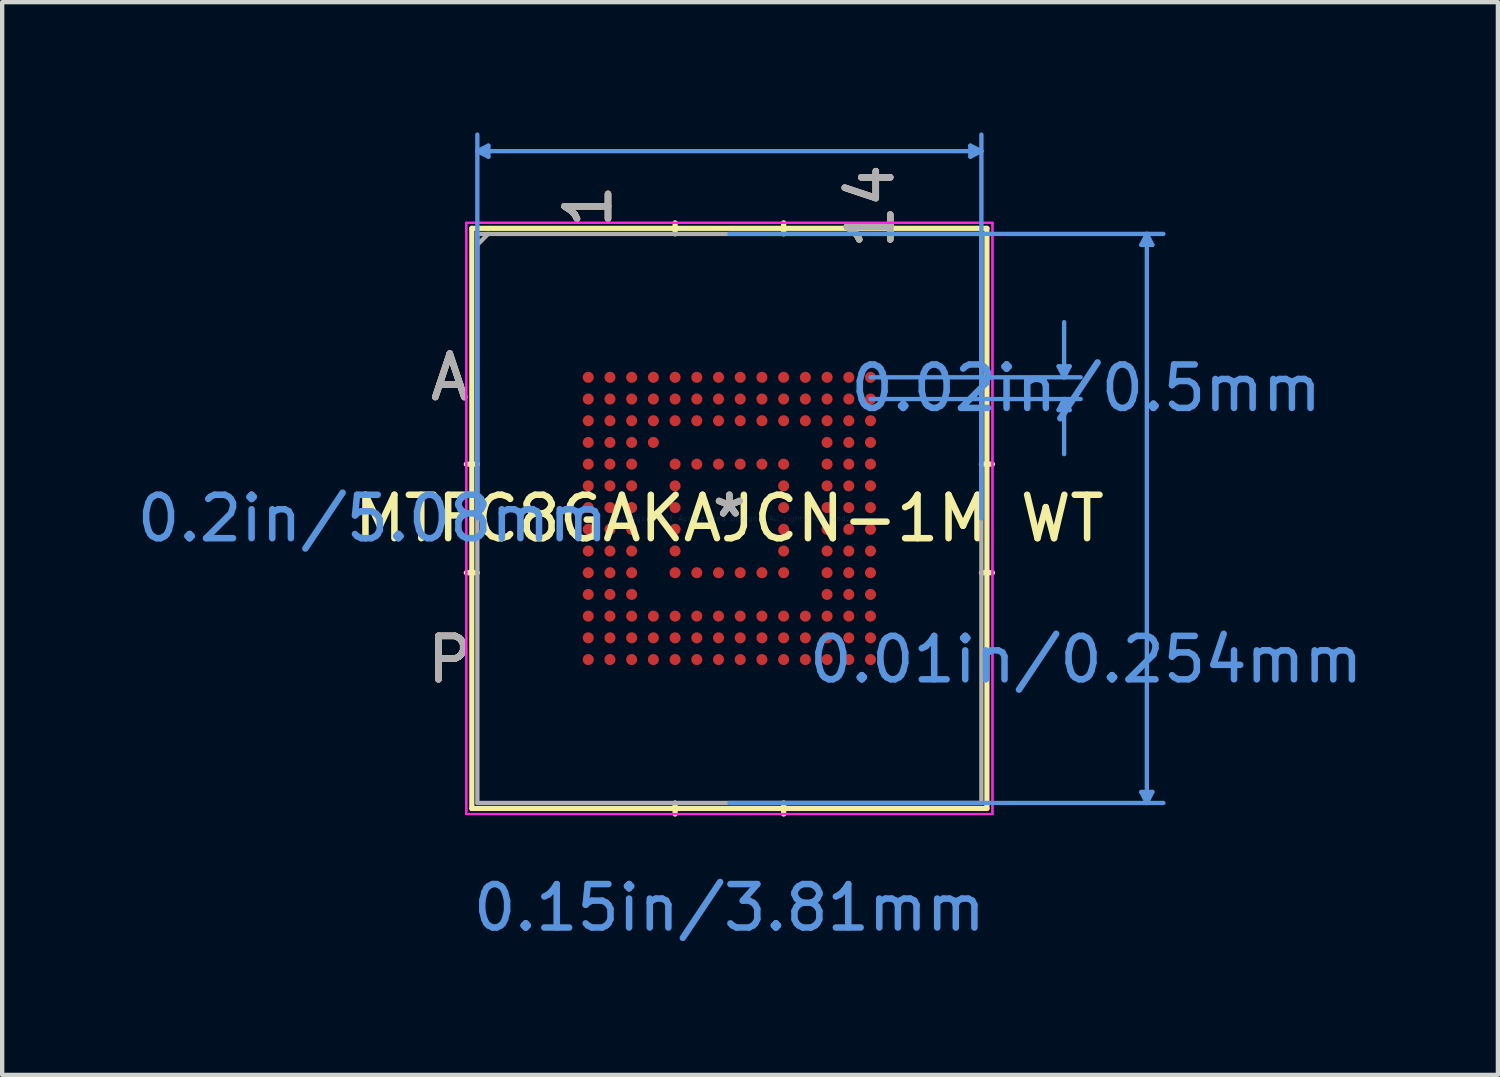
<source format=kicad_pcb>
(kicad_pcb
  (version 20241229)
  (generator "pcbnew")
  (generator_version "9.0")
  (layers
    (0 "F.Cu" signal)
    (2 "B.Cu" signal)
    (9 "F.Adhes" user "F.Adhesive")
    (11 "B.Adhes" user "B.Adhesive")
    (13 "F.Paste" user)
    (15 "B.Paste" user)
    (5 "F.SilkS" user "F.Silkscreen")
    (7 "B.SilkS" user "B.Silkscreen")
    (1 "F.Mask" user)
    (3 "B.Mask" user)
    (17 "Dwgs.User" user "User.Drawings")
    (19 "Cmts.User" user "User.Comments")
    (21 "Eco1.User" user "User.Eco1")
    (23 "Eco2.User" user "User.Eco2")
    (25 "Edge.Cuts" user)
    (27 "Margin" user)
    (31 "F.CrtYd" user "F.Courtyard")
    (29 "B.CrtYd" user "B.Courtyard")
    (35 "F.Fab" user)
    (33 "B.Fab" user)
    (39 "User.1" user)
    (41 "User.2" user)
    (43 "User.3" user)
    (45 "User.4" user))
  (footprint "MTFC8GAKAJCN-1M WT"
    (layer "F.Cu")
    (at 13.747 8.889)
    (property "Reference" "MTFC8GAKAJCN-1M WT" (at 0 0 0) (layer "F.SilkS") (effects (font (size 1 1) (thickness 0.15))))
    (attr through_hole)
    (fp_line (start -5.931 -6.68) (end -5.931 6.68) (stroke (width 0.12) (type solid)) (layer "F.SilkS"))
    (fp_line (start -5.931 6.68) (end 5.931 6.68) (stroke (width 0.12) (type solid)) (layer "F.SilkS"))
    (fp_line (start -5.804 -1.25) (end -6.058 -1.25) (stroke (width 0.12) (type solid)) (layer "F.SilkS"))
    (fp_line (start -5.804 1.25) (end -6.058 1.25) (stroke (width 0.12) (type solid)) (layer "F.SilkS"))
    (fp_line (start -1.25 -6.553) (end -1.25 -6.807) (stroke (width 0.12) (type solid)) (layer "F.SilkS"))
    (fp_line (start -1.25 6.553) (end -1.25 6.807) (stroke (width 0.12) (type solid)) (layer "F.SilkS"))
    (fp_line (start 1.25 -6.553) (end 1.25 -6.807) (stroke (width 0.12) (type solid)) (layer "F.SilkS"))
    (fp_line (start 1.25 6.553) (end 1.25 6.807) (stroke (width 0.12) (type solid)) (layer "F.SilkS"))
    (fp_line (start 5.804 -1.25) (end 6.058 -1.25) (stroke (width 0.12) (type solid)) (layer "F.SilkS"))
    (fp_line (start 5.804 1.25) (end 6.058 1.25) (stroke (width 0.12) (type solid)) (layer "F.SilkS"))
    (fp_line (start 5.931 -6.68) (end -5.931 -6.68) (stroke (width 0.12) (type solid)) (layer "F.SilkS"))
    (fp_line (start 5.931 6.68) (end 5.931 -6.68) (stroke (width 0.12) (type solid)) (layer "F.SilkS"))
    (fp_line (start -5.804 -8.458) (end -5.55 -8.585) (stroke (width 0.1) (type solid)) (layer "Cmts.User"))
    (fp_line (start -5.804 -8.458) (end -5.55 -8.331) (stroke (width 0.1) (type solid)) (layer "Cmts.User"))
    (fp_line (start -5.804 -8.458) (end 5.804 -8.458) (stroke (width 0.1) (type solid)) (layer "Cmts.User"))
    (fp_line (start -5.804 0) (end -5.804 -8.839) (stroke (width 0.1) (type solid)) (layer "Cmts.User"))
    (fp_line (start -5.55 -8.585) (end -5.55 -8.331) (stroke (width 0.1) (type solid)) (layer "Cmts.User"))
    (fp_line (start 0 -6.553) (end 9.995 -6.553) (stroke (width 0.1) (type solid)) (layer "Cmts.User"))
    (fp_line (start 0 6.553) (end 9.995 6.553) (stroke (width 0.1) (type solid)) (layer "Cmts.User"))
    (fp_line (start 3.25 -3.25) (end 8.09 -3.25) (stroke (width 0.1) (type solid)) (layer "Cmts.User"))
    (fp_line (start 3.25 -2.75) (end 8.09 -2.75) (stroke (width 0.1) (type solid)) (layer "Cmts.User"))
    (fp_line (start 5.55 -8.585) (end 5.55 -8.331) (stroke (width 0.1) (type solid)) (layer "Cmts.User"))
    (fp_line (start 5.804 -8.458) (end 5.55 -8.585) (stroke (width 0.1) (type solid)) (layer "Cmts.User"))
    (fp_line (start 5.804 -8.458) (end 5.55 -8.331) (stroke (width 0.1) (type solid)) (layer "Cmts.User"))
    (fp_line (start 5.804 0) (end 5.804 -8.839) (stroke (width 0.1) (type solid)) (layer "Cmts.User"))
    (fp_line (start 7.582 -3.504) (end 7.836 -3.504) (stroke (width 0.1) (type solid)) (layer "Cmts.User"))
    (fp_line (start 7.582 -2.496) (end 7.836 -2.496) (stroke (width 0.1) (type solid)) (layer "Cmts.User"))
    (fp_line (start 7.709 -3.25) (end 7.582 -3.504) (stroke (width 0.1) (type solid)) (layer "Cmts.User"))
    (fp_line (start 7.709 -3.25) (end 7.709 -4.52) (stroke (width 0.1) (type solid)) (layer "Cmts.User"))
    (fp_line (start 7.709 -3.25) (end 7.836 -3.504) (stroke (width 0.1) (type solid)) (layer "Cmts.User"))
    (fp_line (start 7.709 -2.75) (end 7.582 -2.496) (stroke (width 0.1) (type solid)) (layer "Cmts.User"))
    (fp_line (start 7.709 -2.75) (end 7.709 -1.48) (stroke (width 0.1) (type solid)) (layer "Cmts.User"))
    (fp_line (start 7.709 -2.75) (end 7.836 -2.496) (stroke (width 0.1) (type solid)) (layer "Cmts.User"))
    (fp_line (start 9.487 -6.299) (end 9.741 -6.299) (stroke (width 0.1) (type solid)) (layer "Cmts.User"))
    (fp_line (start 9.487 6.299) (end 9.741 6.299) (stroke (width 0.1) (type solid)) (layer "Cmts.User"))
    (fp_line (start 9.614 -6.553) (end 9.487 -6.299) (stroke (width 0.1) (type solid)) (layer "Cmts.User"))
    (fp_line (start 9.614 -6.553) (end 9.614 6.553) (stroke (width 0.1) (type solid)) (layer "Cmts.User"))
    (fp_line (start 9.614 -6.553) (end 9.741 -6.299) (stroke (width 0.1) (type solid)) (layer "Cmts.User"))
    (fp_line (start 9.614 6.553) (end 9.487 6.299) (stroke (width 0.1) (type solid)) (layer "Cmts.User"))
    (fp_line (start 9.614 6.553) (end 9.741 6.299) (stroke (width 0.1) (type solid)) (layer "Cmts.User"))
    (fp_line (start -6.058 -6.807) (end 6.058 -6.807) (stroke (width 0.05) (type solid)) (layer "F.CrtYd"))
    (fp_line (start -6.058 -6.807) (end 6.058 -6.807) (stroke (width 0.05) (type solid)) (layer "F.CrtYd"))
    (fp_line (start -6.058 6.807) (end -6.058 -6.807) (stroke (width 0.05) (type solid)) (layer "F.CrtYd"))
    (fp_line (start -6.058 6.807) (end -6.058 -6.807) (stroke (width 0.05) (type solid)) (layer "F.CrtYd"))
    (fp_line (start 6.058 -6.807) (end 6.058 6.807) (stroke (width 0.05) (type solid)) (layer "F.CrtYd"))
    (fp_line (start 6.058 -6.807) (end 6.058 6.807) (stroke (width 0.05) (type solid)) (layer "F.CrtYd"))
    (fp_line (start 6.058 6.807) (end -6.058 6.807) (stroke (width 0.05) (type solid)) (layer "F.CrtYd"))
    (fp_line (start 6.058 6.807) (end -6.058 6.807) (stroke (width 0.05) (type solid)) (layer "F.CrtYd"))
    (fp_line (start -5.804 -6.553) (end -5.804 6.553) (stroke (width 0.1) (type solid)) (layer "F.Fab"))
    (fp_line (start -5.804 6.553) (end 5.804 6.553) (stroke (width 0.1) (type solid)) (layer "F.Fab"))
    (fp_line (start -5.554 -6.553) (end -5.804 -6.303) (stroke (width 0.1) (type solid)) (layer "F.Fab"))
    (fp_line (start 5.804 -6.553) (end -5.804 -6.553) (stroke (width 0.1) (type solid)) (layer "F.Fab"))
    (fp_line (start 5.804 6.553) (end 5.804 -6.553) (stroke (width 0.1) (type solid)) (layer "F.Fab"))
    (fp_text user "14" (at 3.25 -7.188 90) (layer "F.SilkS") (effects (font (size 1 1) (thickness 0.15))))
    (fp_text user "A" (at -6.439 -3.25 0) (layer "F.SilkS") (effects (font (size 1 1) (thickness 0.15))))
    (fp_text user "P" (at -6.439 3.25 0) (layer "F.SilkS") (effects (font (size 1 1) (thickness 0.15))))
    (fp_text user "*" (at 0 0 0) (layer "F.SilkS") (effects (font (size 1 1) (thickness 0.15))))
    (fp_text user "1" (at -3.25 -7.188 90) (layer "F.SilkS") (effects (font (size 1 1) (thickness 0.15))))
    (fp_text user "14" (at 3.25 -7.188 90) (layer "B.SilkS") (effects (font (size 1 1) (thickness 0.15))))
    (fp_text user "A" (at -6.439 -3.25 0) (layer "B.SilkS") (effects (font (size 1 1) (thickness 0.15))))
    (fp_text user "1" (at -3.25 -7.188 90) (layer "B.SilkS") (effects (font (size 1 1) (thickness 0.15))))
    (fp_text user "P" (at -6.439 3.25 0) (layer "B.SilkS") (effects (font (size 1 1) (thickness 0.15))))
    (fp_text user "0.15in/3.81mm" (at 0 8.966 0) (layer "Cmts.User") (effects (font (size 1 1) (thickness 0.15))))
    (fp_text user "Copyright 2021 Accelerated Designs. All rights reserved." (at 0 0 0) (layer "Cmts.User") (effects (font (size 0.127 0.127) (thickness 0.002))))
    (fp_text user "0.01in/0.254mm" (at 8.217 3.25 0) (layer "Cmts.User") (effects (font (size 1 1) (thickness 0.15))))
    (fp_text user "0.02in/0.5mm" (at 8.217 -3 0) (layer "Cmts.User") (effects (font (size 1 1) (thickness 0.15))))
    (fp_text user "0.2in/5.08mm" (at -8.217 0 0) (layer "Cmts.User") (effects (font (size 1 1) (thickness 0.15))))
    (fp_text user "*" (at 0 0 0) (layer "F.Fab") (effects (font (size 1 1) (thickness 0.15))))
    (fp_text user "A" (at -6.439 -3.25 0) (layer "F.Fab") (effects (font (size 1 1) (thickness 0.15))))
    (fp_text user "P" (at -6.439 3.25 0) (layer "F.Fab") (effects (font (size 1 1) (thickness 0.15))))
    (fp_text user "1" (at -3.25 -7.188 90) (layer "F.Fab") (effects (font (size 1 1) (thickness 0.15))))
    (fp_text user "14" (at 3.25 -7.188 90) (layer "F.Fab") (effects (font (size 1 1) (thickness 0.15))))
    (pad "A1" smd circle (at -3.25 -3.25) (size 0.254 0.254) (layers "F.Cu" "F.Mask" "F.Paste"))
    (pad "A2" smd circle (at -2.75 -3.25) (size 0.254 0.254) (layers "F.Cu" "F.Mask" "F.Paste"))
    (pad "A3" smd circle (at -2.25 -3.25) (size 0.254 0.254) (layers "F.Cu" "F.Mask" "F.Paste"))
    (pad "A4" smd circle (at -1.75 -3.25) (size 0.254 0.254) (layers "F.Cu" "F.Mask" "F.Paste"))
    (pad "A5" smd circle (at -1.25 -3.25) (size 0.254 0.254) (layers "F.Cu" "F.Mask" "F.Paste"))
    (pad "A6" smd circle (at -0.75 -3.25) (size 0.254 0.254) (layers "F.Cu" "F.Mask" "F.Paste"))
    (pad "A7" smd circle (at -0.25 -3.25) (size 0.254 0.254) (layers "F.Cu" "F.Mask" "F.Paste"))
    (pad "A8" smd circle (at 0.25 -3.25) (size 0.254 0.254) (layers "F.Cu" "F.Mask" "F.Paste"))
    (pad "A9" smd circle (at 0.75 -3.25) (size 0.254 0.254) (layers "F.Cu" "F.Mask" "F.Paste"))
    (pad "A10" smd circle (at 1.25 -3.25) (size 0.254 0.254) (layers "F.Cu" "F.Mask" "F.Paste"))
    (pad "A11" smd circle (at 1.75 -3.25) (size 0.254 0.254) (layers "F.Cu" "F.Mask" "F.Paste"))
    (pad "A12" smd circle (at 2.25 -3.25) (size 0.254 0.254) (layers "F.Cu" "F.Mask" "F.Paste"))
    (pad "A13" smd circle (at 2.75 -3.25) (size 0.254 0.254) (layers "F.Cu" "F.Mask" "F.Paste"))
    (pad "A14" smd circle (at 3.25 -3.25) (size 0.254 0.254) (layers "F.Cu" "F.Mask" "F.Paste"))
    (pad "B1" smd circle (at -3.25 -2.75) (size 0.254 0.254) (layers "F.Cu" "F.Mask" "F.Paste"))
    (pad "B2" smd circle (at -2.75 -2.75) (size 0.254 0.254) (layers "F.Cu" "F.Mask" "F.Paste"))
    (pad "B3" smd circle (at -2.25 -2.75) (size 0.254 0.254) (layers "F.Cu" "F.Mask" "F.Paste"))
    (pad "B4" smd circle (at -1.75 -2.75) (size 0.254 0.254) (layers "F.Cu" "F.Mask" "F.Paste"))
    (pad "B5" smd circle (at -1.25 -2.75) (size 0.254 0.254) (layers "F.Cu" "F.Mask" "F.Paste"))
    (pad "B6" smd circle (at -0.75 -2.75) (size 0.254 0.254) (layers "F.Cu" "F.Mask" "F.Paste"))
    (pad "B7" smd circle (at -0.25 -2.75) (size 0.254 0.254) (layers "F.Cu" "F.Mask" "F.Paste"))
    (pad "B8" smd circle (at 0.25 -2.75) (size 0.254 0.254) (layers "F.Cu" "F.Mask" "F.Paste"))
    (pad "B9" smd circle (at 0.75 -2.75) (size 0.254 0.254) (layers "F.Cu" "F.Mask" "F.Paste"))
    (pad "B10" smd circle (at 1.25 -2.75) (size 0.254 0.254) (layers "F.Cu" "F.Mask" "F.Paste"))
    (pad "B11" smd circle (at 1.75 -2.75) (size 0.254 0.254) (layers "F.Cu" "F.Mask" "F.Paste"))
    (pad "B12" smd circle (at 2.25 -2.75) (size 0.254 0.254) (layers "F.Cu" "F.Mask" "F.Paste"))
    (pad "B13" smd circle (at 2.75 -2.75) (size 0.254 0.254) (layers "F.Cu" "F.Mask" "F.Paste"))
    (pad "B14" smd circle (at 3.25 -2.75) (size 0.254 0.254) (layers "F.Cu" "F.Mask" "F.Paste"))
    (pad "C1" smd circle (at -3.25 -2.25) (size 0.254 0.254) (layers "F.Cu" "F.Mask" "F.Paste"))
    (pad "C2" smd circle (at -2.75 -2.25) (size 0.254 0.254) (layers "F.Cu" "F.Mask" "F.Paste"))
    (pad "C3" smd circle (at -2.25 -2.25) (size 0.254 0.254) (layers "F.Cu" "F.Mask" "F.Paste"))
    (pad "C4" smd circle (at -1.75 -2.25) (size 0.254 0.254) (layers "F.Cu" "F.Mask" "F.Paste"))
    (pad "C5" smd circle (at -1.25 -2.25) (size 0.254 0.254) (layers "F.Cu" "F.Mask" "F.Paste"))
    (pad "C6" smd circle (at -0.75 -2.25) (size 0.254 0.254) (layers "F.Cu" "F.Mask" "F.Paste"))
    (pad "C7" smd circle (at -0.25 -2.25) (size 0.254 0.254) (layers "F.Cu" "F.Mask" "F.Paste"))
    (pad "C8" smd circle (at 0.25 -2.25) (size 0.254 0.254) (layers "F.Cu" "F.Mask" "F.Paste"))
    (pad "C9" smd circle (at 0.75 -2.25) (size 0.254 0.254) (layers "F.Cu" "F.Mask" "F.Paste"))
    (pad "C10" smd circle (at 1.25 -2.25) (size 0.254 0.254) (layers "F.Cu" "F.Mask" "F.Paste"))
    (pad "C11" smd circle (at 1.75 -2.25) (size 0.254 0.254) (layers "F.Cu" "F.Mask" "F.Paste"))
    (pad "C12" smd circle (at 2.25 -2.25) (size 0.254 0.254) (layers "F.Cu" "F.Mask" "F.Paste"))
    (pad "C13" smd circle (at 2.75 -2.25) (size 0.254 0.254) (layers "F.Cu" "F.Mask" "F.Paste"))
    (pad "C14" smd circle (at 3.25 -2.25) (size 0.254 0.254) (layers "F.Cu" "F.Mask" "F.Paste"))
    (pad "D1" smd circle (at -3.25 -1.75) (size 0.254 0.254) (layers "F.Cu" "F.Mask" "F.Paste"))
    (pad "D2" smd circle (at -2.75 -1.75) (size 0.254 0.254) (layers "F.Cu" "F.Mask" "F.Paste"))
    (pad "D3" smd circle (at -2.25 -1.75) (size 0.254 0.254) (layers "F.Cu" "F.Mask" "F.Paste"))
    (pad "D4" smd circle (at -1.75 -1.75) (size 0.254 0.254) (layers "F.Cu" "F.Mask" "F.Paste"))
    (pad "D12" smd circle (at 2.25 -1.75) (size 0.254 0.254) (layers "F.Cu" "F.Mask" "F.Paste"))
    (pad "D13" smd circle (at 2.75 -1.75) (size 0.254 0.254) (layers "F.Cu" "F.Mask" "F.Paste"))
    (pad "D14" smd circle (at 3.25 -1.75) (size 0.254 0.254) (layers "F.Cu" "F.Mask" "F.Paste"))
    (pad "E1" smd circle (at -3.25 -1.25) (size 0.254 0.254) (layers "F.Cu" "F.Mask" "F.Paste"))
    (pad "E2" smd circle (at -2.75 -1.25) (size 0.254 0.254) (layers "F.Cu" "F.Mask" "F.Paste"))
    (pad "E3" smd circle (at -2.25 -1.25) (size 0.254 0.254) (layers "F.Cu" "F.Mask" "F.Paste"))
    (pad "E5" smd circle (at -1.25 -1.25) (size 0.254 0.254) (layers "F.Cu" "F.Mask" "F.Paste"))
    (pad "E6" smd circle (at -0.75 -1.25) (size 0.254 0.254) (layers "F.Cu" "F.Mask" "F.Paste"))
    (pad "E7" smd circle (at -0.25 -1.25) (size 0.254 0.254) (layers "F.Cu" "F.Mask" "F.Paste"))
    (pad "E8" smd circle (at 0.25 -1.25) (size 0.254 0.254) (layers "F.Cu" "F.Mask" "F.Paste"))
    (pad "E9" smd circle (at 0.75 -1.25) (size 0.254 0.254) (layers "F.Cu" "F.Mask" "F.Paste"))
    (pad "E10" smd circle (at 1.25 -1.25) (size 0.254 0.254) (layers "F.Cu" "F.Mask" "F.Paste"))
    (pad "E12" smd circle (at 2.25 -1.25) (size 0.254 0.254) (layers "F.Cu" "F.Mask" "F.Paste"))
    (pad "E13" smd circle (at 2.75 -1.25) (size 0.254 0.254) (layers "F.Cu" "F.Mask" "F.Paste"))
    (pad "E14" smd circle (at 3.25 -1.25) (size 0.254 0.254) (layers "F.Cu" "F.Mask" "F.Paste"))
    (pad "F1" smd circle (at -3.25 -0.75) (size 0.254 0.254) (layers "F.Cu" "F.Mask" "F.Paste"))
    (pad "F2" smd circle (at -2.75 -0.75) (size 0.254 0.254) (layers "F.Cu" "F.Mask" "F.Paste"))
    (pad "F3" smd circle (at -2.25 -0.75) (size 0.254 0.254) (layers "F.Cu" "F.Mask" "F.Paste"))
    (pad "F5" smd circle (at -1.25 -0.75) (size 0.254 0.254) (layers "F.Cu" "F.Mask" "F.Paste"))
    (pad "F10" smd circle (at 1.25 -0.75) (size 0.254 0.254) (layers "F.Cu" "F.Mask" "F.Paste"))
    (pad "F12" smd circle (at 2.25 -0.75) (size 0.254 0.254) (layers "F.Cu" "F.Mask" "F.Paste"))
    (pad "F13" smd circle (at 2.75 -0.75) (size 0.254 0.254) (layers "F.Cu" "F.Mask" "F.Paste"))
    (pad "F14" smd circle (at 3.25 -0.75) (size 0.254 0.254) (layers "F.Cu" "F.Mask" "F.Paste"))
    (pad "G1" smd circle (at -3.25 -0.25) (size 0.254 0.254) (layers "F.Cu" "F.Mask" "F.Paste"))
    (pad "G2" smd circle (at -2.75 -0.25) (size 0.254 0.254) (layers "F.Cu" "F.Mask" "F.Paste"))
    (pad "G3" smd circle (at -2.25 -0.25) (size 0.254 0.254) (layers "F.Cu" "F.Mask" "F.Paste"))
    (pad "G5" smd circle (at -1.25 -0.25) (size 0.254 0.254) (layers "F.Cu" "F.Mask" "F.Paste"))
    (pad "G10" smd circle (at 1.25 -0.25) (size 0.254 0.254) (layers "F.Cu" "F.Mask" "F.Paste"))
    (pad "G12" smd circle (at 2.25 -0.25) (size 0.254 0.254) (layers "F.Cu" "F.Mask" "F.Paste"))
    (pad "G13" smd circle (at 2.75 -0.25) (size 0.254 0.254) (layers "F.Cu" "F.Mask" "F.Paste"))
    (pad "G14" smd circle (at 3.25 -0.25) (size 0.254 0.254) (layers "F.Cu" "F.Mask" "F.Paste"))
    (pad "H1" smd circle (at -3.25 0.25) (size 0.254 0.254) (layers "F.Cu" "F.Mask" "F.Paste"))
    (pad "H2" smd circle (at -2.75 0.25) (size 0.254 0.254) (layers "F.Cu" "F.Mask" "F.Paste"))
    (pad "H3" smd circle (at -2.25 0.25) (size 0.254 0.254) (layers "F.Cu" "F.Mask" "F.Paste"))
    (pad "H5" smd circle (at -1.25 0.25) (size 0.254 0.254) (layers "F.Cu" "F.Mask" "F.Paste"))
    (pad "H10" smd circle (at 1.25 0.25) (size 0.254 0.254) (layers "F.Cu" "F.Mask" "F.Paste"))
    (pad "H12" smd circle (at 2.25 0.25) (size 0.254 0.254) (layers "F.Cu" "F.Mask" "F.Paste"))
    (pad "H13" smd circle (at 2.75 0.25) (size 0.254 0.254) (layers "F.Cu" "F.Mask" "F.Paste"))
    (pad "H14" smd circle (at 3.25 0.25) (size 0.254 0.254) (layers "F.Cu" "F.Mask" "F.Paste"))
    (pad "J1" smd circle (at -3.25 0.75) (size 0.254 0.254) (layers "F.Cu" "F.Mask" "F.Paste"))
    (pad "J2" smd circle (at -2.75 0.75) (size 0.254 0.254) (layers "F.Cu" "F.Mask" "F.Paste"))
    (pad "J3" smd circle (at -2.25 0.75) (size 0.254 0.254) (layers "F.Cu" "F.Mask" "F.Paste"))
    (pad "J5" smd circle (at -1.25 0.75) (size 0.254 0.254) (layers "F.Cu" "F.Mask" "F.Paste"))
    (pad "J10" smd circle (at 1.25 0.75) (size 0.254 0.254) (layers "F.Cu" "F.Mask" "F.Paste"))
    (pad "J12" smd circle (at 2.25 0.75) (size 0.254 0.254) (layers "F.Cu" "F.Mask" "F.Paste"))
    (pad "J13" smd circle (at 2.75 0.75) (size 0.254 0.254) (layers "F.Cu" "F.Mask" "F.Paste"))
    (pad "J14" smd circle (at 3.25 0.75) (size 0.254 0.254) (layers "F.Cu" "F.Mask" "F.Paste"))
    (pad "K1" smd circle (at -3.25 1.25) (size 0.254 0.254) (layers "F.Cu" "F.Mask" "F.Paste"))
    (pad "K2" smd circle (at -2.75 1.25) (size 0.254 0.254) (layers "F.Cu" "F.Mask" "F.Paste"))
    (pad "K3" smd circle (at -2.25 1.25) (size 0.254 0.254) (layers "F.Cu" "F.Mask" "F.Paste"))
    (pad "K5" smd circle (at -1.25 1.25) (size 0.254 0.254) (layers "F.Cu" "F.Mask" "F.Paste"))
    (pad "K6" smd circle (at -0.75 1.25) (size 0.254 0.254) (layers "F.Cu" "F.Mask" "F.Paste"))
    (pad "K7" smd circle (at -0.25 1.25) (size 0.254 0.254) (layers "F.Cu" "F.Mask" "F.Paste"))
    (pad "K8" smd circle (at 0.25 1.25) (size 0.254 0.254) (layers "F.Cu" "F.Mask" "F.Paste"))
    (pad "K9" smd circle (at 0.75 1.25) (size 0.254 0.254) (layers "F.Cu" "F.Mask" "F.Paste"))
    (pad "K10" smd circle (at 1.25 1.25) (size 0.254 0.254) (layers "F.Cu" "F.Mask" "F.Paste"))
    (pad "K12" smd circle (at 2.25 1.25) (size 0.254 0.254) (layers "F.Cu" "F.Mask" "F.Paste"))
    (pad "K13" smd circle (at 2.75 1.25) (size 0.254 0.254) (layers "F.Cu" "F.Mask" "F.Paste"))
    (pad "K14" smd circle (at 3.25 1.25) (size 0.254 0.254) (layers "F.Cu" "F.Mask" "F.Paste"))
    (pad "L1" smd circle (at -3.25 1.75) (size 0.254 0.254) (layers "F.Cu" "F.Mask" "F.Paste"))
    (pad "L2" smd circle (at -2.75 1.75) (size 0.254 0.254) (layers "F.Cu" "F.Mask" "F.Paste"))
    (pad "L3" smd circle (at -2.25 1.75) (size 0.254 0.254) (layers "F.Cu" "F.Mask" "F.Paste"))
    (pad "L12" smd circle (at 2.25 1.75) (size 0.254 0.254) (layers "F.Cu" "F.Mask" "F.Paste"))
    (pad "L13" smd circle (at 2.75 1.75) (size 0.254 0.254) (layers "F.Cu" "F.Mask" "F.Paste"))
    (pad "L14" smd circle (at 3.25 1.75) (size 0.254 0.254) (layers "F.Cu" "F.Mask" "F.Paste"))
    (pad "M1" smd circle (at -3.25 2.25) (size 0.254 0.254) (layers "F.Cu" "F.Mask" "F.Paste"))
    (pad "M2" smd circle (at -2.75 2.25) (size 0.254 0.254) (layers "F.Cu" "F.Mask" "F.Paste"))
    (pad "M3" smd circle (at -2.25 2.25) (size 0.254 0.254) (layers "F.Cu" "F.Mask" "F.Paste"))
    (pad "M4" smd circle (at -1.75 2.25) (size 0.254 0.254) (layers "F.Cu" "F.Mask" "F.Paste"))
    (pad "M5" smd circle (at -1.25 2.25) (size 0.254 0.254) (layers "F.Cu" "F.Mask" "F.Paste"))
    (pad "M6" smd circle (at -0.75 2.25) (size 0.254 0.254) (layers "F.Cu" "F.Mask" "F.Paste"))
    (pad "M7" smd circle (at -0.25 2.25) (size 0.254 0.254) (layers "F.Cu" "F.Mask" "F.Paste"))
    (pad "M8" smd circle (at 0.25 2.25) (size 0.254 0.254) (layers "F.Cu" "F.Mask" "F.Paste"))
    (pad "M9" smd circle (at 0.75 2.25) (size 0.254 0.254) (layers "F.Cu" "F.Mask" "F.Paste"))
    (pad "M10" smd circle (at 1.25 2.25) (size 0.254 0.254) (layers "F.Cu" "F.Mask" "F.Paste"))
    (pad "M11" smd circle (at 1.75 2.25) (size 0.254 0.254) (layers "F.Cu" "F.Mask" "F.Paste"))
    (pad "M12" smd circle (at 2.25 2.25) (size 0.254 0.254) (layers "F.Cu" "F.Mask" "F.Paste"))
    (pad "M13" smd circle (at 2.75 2.25) (size 0.254 0.254) (layers "F.Cu" "F.Mask" "F.Paste"))
    (pad "M14" smd circle (at 3.25 2.25) (size 0.254 0.254) (layers "F.Cu" "F.Mask" "F.Paste"))
    (pad "N1" smd circle (at -3.25 2.75) (size 0.254 0.254) (layers "F.Cu" "F.Mask" "F.Paste"))
    (pad "N2" smd circle (at -2.75 2.75) (size 0.254 0.254) (layers "F.Cu" "F.Mask" "F.Paste"))
    (pad "N3" smd circle (at -2.25 2.75) (size 0.254 0.254) (layers "F.Cu" "F.Mask" "F.Paste"))
    (pad "N4" smd circle (at -1.75 2.75) (size 0.254 0.254) (layers "F.Cu" "F.Mask" "F.Paste"))
    (pad "N5" smd circle (at -1.25 2.75) (size 0.254 0.254) (layers "F.Cu" "F.Mask" "F.Paste"))
    (pad "N6" smd circle (at -0.75 2.75) (size 0.254 0.254) (layers "F.Cu" "F.Mask" "F.Paste"))
    (pad "N7" smd circle (at -0.25 2.75) (size 0.254 0.254) (layers "F.Cu" "F.Mask" "F.Paste"))
    (pad "N8" smd circle (at 0.25 2.75) (size 0.254 0.254) (layers "F.Cu" "F.Mask" "F.Paste"))
    (pad "N9" smd circle (at 0.75 2.75) (size 0.254 0.254) (layers "F.Cu" "F.Mask" "F.Paste"))
    (pad "N10" smd circle (at 1.25 2.75) (size 0.254 0.254) (layers "F.Cu" "F.Mask" "F.Paste"))
    (pad "N11" smd circle (at 1.75 2.75) (size 0.254 0.254) (layers "F.Cu" "F.Mask" "F.Paste"))
    (pad "N12" smd circle (at 2.25 2.75) (size 0.254 0.254) (layers "F.Cu" "F.Mask" "F.Paste"))
    (pad "N13" smd circle (at 2.75 2.75) (size 0.254 0.254) (layers "F.Cu" "F.Mask" "F.Paste"))
    (pad "N14" smd circle (at 3.25 2.75) (size 0.254 0.254) (layers "F.Cu" "F.Mask" "F.Paste"))
    (pad "P1" smd circle (at -3.25 3.25) (size 0.254 0.254) (layers "F.Cu" "F.Mask" "F.Paste"))
    (pad "P2" smd circle (at -2.75 3.25) (size 0.254 0.254) (layers "F.Cu" "F.Mask" "F.Paste"))
    (pad "P3" smd circle (at -2.25 3.25) (size 0.254 0.254) (layers "F.Cu" "F.Mask" "F.Paste"))
    (pad "P4" smd circle (at -1.75 3.25) (size 0.254 0.254) (layers "F.Cu" "F.Mask" "F.Paste"))
    (pad "P5" smd circle (at -1.25 3.25) (size 0.254 0.254) (layers "F.Cu" "F.Mask" "F.Paste"))
    (pad "P6" smd circle (at -0.75 3.25) (size 0.254 0.254) (layers "F.Cu" "F.Mask" "F.Paste"))
    (pad "P7" smd circle (at -0.25 3.25) (size 0.254 0.254) (layers "F.Cu" "F.Mask" "F.Paste"))
    (pad "P8" smd circle (at 0.25 3.25) (size 0.254 0.254) (layers "F.Cu" "F.Mask" "F.Paste"))
    (pad "P9" smd circle (at 0.75 3.25) (size 0.254 0.254) (layers "F.Cu" "F.Mask" "F.Paste"))
    (pad "P10" smd circle (at 1.25 3.25) (size 0.254 0.254) (layers "F.Cu" "F.Mask" "F.Paste"))
    (pad "P11" smd circle (at 1.75 3.25) (size 0.254 0.254) (layers "F.Cu" "F.Mask" "F.Paste"))
    (pad "P12" smd circle (at 2.25 3.25) (size 0.254 0.254) (layers "F.Cu" "F.Mask" "F.Paste"))
    (pad "P13" smd circle (at 2.75 3.25) (size 0.254 0.254) (layers "F.Cu" "F.Mask" "F.Paste"))
    (pad "P14" smd circle (at 3.25 3.25) (size 0.254 0.254) (layers "F.Cu" "F.Mask" "F.Paste")))
  (gr_rect
    (start -3 -3)
    (end 31.446 21.704)
    (stroke (width 0.1) (type default))
    (fill no)
    (layer "Edge.Cuts")))
</source>
